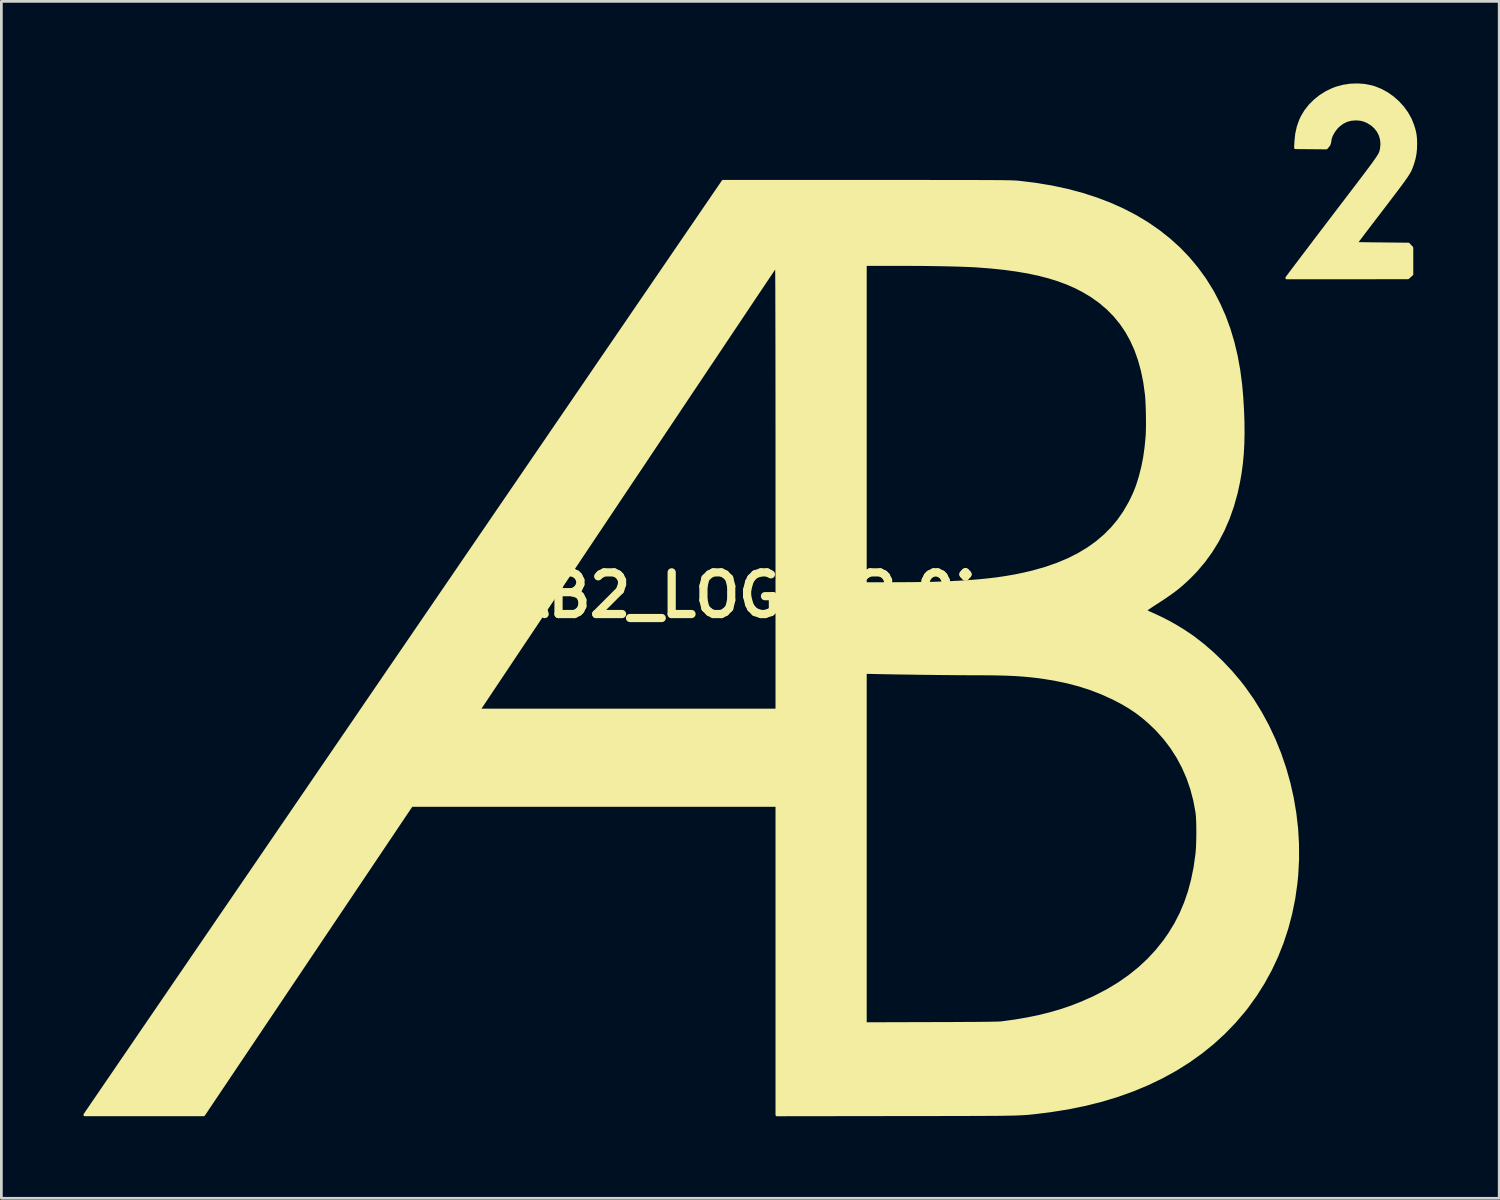
<source format=kicad_pcb>
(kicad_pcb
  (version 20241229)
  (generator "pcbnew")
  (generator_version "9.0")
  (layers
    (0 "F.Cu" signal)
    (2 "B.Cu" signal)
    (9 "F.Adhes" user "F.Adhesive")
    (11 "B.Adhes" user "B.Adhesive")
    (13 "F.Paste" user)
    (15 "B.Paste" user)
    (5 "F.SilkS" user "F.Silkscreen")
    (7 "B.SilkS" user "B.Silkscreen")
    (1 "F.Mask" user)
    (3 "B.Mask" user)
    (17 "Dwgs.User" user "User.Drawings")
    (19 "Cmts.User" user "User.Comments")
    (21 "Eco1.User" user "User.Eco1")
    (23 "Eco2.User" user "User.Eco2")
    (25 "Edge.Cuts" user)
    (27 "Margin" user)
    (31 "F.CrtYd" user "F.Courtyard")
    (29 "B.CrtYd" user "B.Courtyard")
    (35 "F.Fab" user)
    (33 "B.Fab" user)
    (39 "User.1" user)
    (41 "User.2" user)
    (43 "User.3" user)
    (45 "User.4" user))
  (footprint "AB2_LOGO_2.0in"
    (layer "F.Cu")
    (at 24.844 18.709)
    (property "Reference" "AB2_LOGO_2.0in" (at 0 0 0) (layer "F.SilkS") (effects (font (size 1.524 1.524) (thickness 0.3))))
    (attr through_hole)
    (fp_poly (pts (xy 23.864 -16.493) (xy 23.859 -16.3) (xy 23.84 -16.126) (xy 23.806 -15.958) (xy 23.755 -15.784) (xy 23.739 -15.736) (xy 23.722 -15.689) (xy 23.706 -15.645) (xy 23.69 -15.603) (xy 23.672 -15.562) (xy 23.651 -15.518) (xy 23.626 -15.472) (xy 23.596 -15.421) (xy 23.559 -15.363) (xy 23.516 -15.297) (xy 23.463 -15.222) (xy 23.401 -15.135) (xy 23.329 -15.036) (xy 23.244 -14.922) (xy 23.146 -14.791) (xy 23.034 -14.643) (xy 22.906 -14.475) (xy 22.762 -14.286) (xy 22.601 -14.075) (xy 22.42 -13.838) (xy 22.321 -13.709) (xy 22.208 -13.561) (xy 22.101 -13.421) (xy 22.002 -13.292) (xy 21.914 -13.175) (xy 21.837 -13.073) (xy 21.773 -12.988) (xy 21.724 -12.923) (xy 21.692 -12.88) (xy 21.679 -12.861) (xy 21.679 -12.86) (xy 21.696 -12.859) (xy 21.744 -12.858) (xy 21.82 -12.856) (xy 21.921 -12.855) (xy 22.043 -12.853) (xy 22.184 -12.851) (xy 22.341 -12.849) (xy 22.51 -12.847) (xy 22.64 -12.846) (xy 23.597 -12.836) (xy 23.66 -12.769) (xy 23.724 -12.701) (xy 23.724 -12.216) (xy 23.724 -11.731) (xy 23.652 -11.666) (xy 23.58 -11.601) (xy 21.364 -11.6) (xy 19.149 -11.599) (xy 19.201 -11.671) (xy 19.237 -11.719) (xy 19.291 -11.792) (xy 19.362 -11.886) (xy 19.449 -12.001) (xy 19.549 -12.134) (xy 19.661 -12.282) (xy 19.783 -12.443) (xy 19.914 -12.615) (xy 20.051 -12.796) (xy 20.192 -12.983) (xy 20.337 -13.174) (xy 20.484 -13.366) (xy 20.63 -13.558) (xy 20.774 -13.747) (xy 20.914 -13.931) (xy 21.039 -14.096) (xy 21.246 -14.366) (xy 21.432 -14.611) (xy 21.601 -14.832) (xy 21.752 -15.03) (xy 21.886 -15.207) (xy 22.005 -15.364) (xy 22.109 -15.502) (xy 22.199 -15.623) (xy 22.278 -15.729) (xy 22.344 -15.821) (xy 22.4 -15.9) (xy 22.447 -15.967) (xy 22.485 -16.025) (xy 22.516 -16.074) (xy 22.54 -16.115) (xy 22.558 -16.151) (xy 22.572 -16.183) (xy 22.582 -16.212) (xy 22.59 -16.24) (xy 22.596 -16.267) (xy 22.602 -16.296) (xy 22.607 -16.32) (xy 22.624 -16.492) (xy 22.609 -16.659) (xy 22.564 -16.817) (xy 22.49 -16.965) (xy 22.388 -17.097) (xy 22.261 -17.211) (xy 22.11 -17.305) (xy 22.106 -17.307) (xy 21.978 -17.361) (xy 21.853 -17.393) (xy 21.715 -17.406) (xy 21.665 -17.407) (xy 21.493 -17.393) (xy 21.335 -17.35) (xy 21.187 -17.276) (xy 21.048 -17.17) (xy 20.996 -17.121) (xy 20.918 -17.031) (xy 20.847 -16.927) (xy 20.789 -16.819) (xy 20.749 -16.716) (xy 20.735 -16.65) (xy 20.724 -16.572) (xy 20.712 -16.518) (xy 20.697 -16.478) (xy 20.675 -16.444) (xy 20.652 -16.415) (xy 20.596 -16.349) (xy 20.032 -16.354) (xy 19.468 -16.359) (xy 19.478 -16.574) (xy 19.506 -16.852) (xy 19.563 -17.114) (xy 19.649 -17.36) (xy 19.715 -17.499) (xy 19.841 -17.706) (xy 19.996 -17.902) (xy 20.176 -18.081) (xy 20.377 -18.241) (xy 20.594 -18.378) (xy 20.825 -18.49) (xy 20.963 -18.542) (xy 21.214 -18.61) (xy 21.473 -18.649) (xy 21.734 -18.659) (xy 21.991 -18.64) (xy 22.239 -18.592) (xy 22.354 -18.558) (xy 22.59 -18.464) (xy 22.815 -18.341) (xy 23.026 -18.192) (xy 23.22 -18.02) (xy 23.393 -17.829) (xy 23.543 -17.621) (xy 23.666 -17.4) (xy 23.755 -17.179) (xy 23.798 -17.04) (xy 23.829 -16.918) (xy 23.849 -16.8) (xy 23.86 -16.675) (xy 23.864 -16.531) (xy 23.864 -16.493)) (stroke (width 0.1) (type solid)) (fill yes) (layer "F.SilkS"))
    (fp_poly (pts (xy 19.549 9.653) (xy 19.519 10.213) (xy 19.489 10.531) (xy 19.409 11.091) (xy 19.298 11.64) (xy 19.157 12.174) (xy 18.986 12.695) (xy 18.786 13.201) (xy 18.556 13.691) (xy 18.297 14.164) (xy 18.01 14.62) (xy 17.694 15.058) (xy 17.585 15.198) (xy 17.23 15.612) (xy 16.852 16.003) (xy 16.448 16.372) (xy 16.021 16.717) (xy 15.893 16.808) (xy 15.893 8.683) (xy 15.892 8.509) (xy 15.889 8.343) (xy 15.883 8.191) (xy 15.875 8.06) (xy 15.864 7.954) (xy 15.861 7.933) (xy 15.78 7.497) (xy 15.669 7.076) (xy 15.529 6.672) (xy 15.36 6.285) (xy 15.162 5.915) (xy 14.936 5.563) (xy 14.682 5.23) (xy 14.4 4.916) (xy 14.352 4.867) (xy 14.121 4.647) (xy 13.889 4.448) (xy 13.65 4.266) (xy 13.396 4.097) (xy 13.123 3.936) (xy 12.822 3.779) (xy 12.793 3.765) (xy 12.399 3.585) (xy 11.991 3.427) (xy 11.566 3.29) (xy 11.121 3.173) (xy 10.653 3.076) (xy 10.228 3.007) (xy 10.02 2.979) (xy 9.813 2.955) (xy 9.602 2.935) (xy 9.385 2.918) (xy 9.156 2.904) (xy 8.913 2.894) (xy 8.649 2.886) (xy 8.363 2.881) (xy 8.049 2.879) (xy 7.849 2.879) (xy 7.661 2.878) (xy 7.443 2.877) (xy 7.201 2.876) (xy 6.938 2.873) (xy 6.659 2.871) (xy 6.368 2.868) (xy 6.07 2.864) (xy 5.77 2.861) (xy 5.471 2.856) (xy 5.178 2.852) (xy 4.896 2.848) (xy 4.629 2.843) (xy 4.382 2.839) (xy 4.246 2.836) (xy 3.742 2.825) (xy 3.742 9.245) (xy 3.742 15.665) (xy 6.151 15.658) (xy 6.53 15.657) (xy 6.876 15.656) (xy 7.19 15.654) (xy 7.472 15.652) (xy 7.724 15.651) (xy 7.945 15.649) (xy 8.138 15.647) (xy 8.302 15.645) (xy 8.438 15.642) (xy 8.548 15.64) (xy 8.632 15.637) (xy 8.691 15.634) (xy 8.721 15.631) (xy 9.206 15.565) (xy 9.664 15.487) (xy 10.097 15.398) (xy 10.51 15.295) (xy 10.907 15.179) (xy 11.293 15.047) (xy 11.671 14.898) (xy 12.045 14.732) (xy 12.15 14.682) (xy 12.592 14.452) (xy 13.007 14.202) (xy 13.395 13.931) (xy 13.757 13.64) (xy 14.092 13.328) (xy 14.4 12.996) (xy 14.681 12.643) (xy 14.868 12.375) (xy 15.086 12.016) (xy 15.278 11.642) (xy 15.444 11.249) (xy 15.585 10.838) (xy 15.7 10.407) (xy 15.792 9.954) (xy 15.859 9.477) (xy 15.861 9.462) (xy 15.872 9.338) (xy 15.881 9.193) (xy 15.887 9.031) (xy 15.891 8.859) (xy 15.893 8.683) (xy 15.893 16.808) (xy 15.57 17.039) (xy 15.095 17.338) (xy 14.598 17.612) (xy 14.079 17.863) (xy 13.538 18.089) (xy 12.975 18.291) (xy 12.391 18.469) (xy 11.786 18.621) (xy 11.161 18.749) (xy 10.517 18.851) (xy 10.228 18.888) (xy 10.142 18.898) (xy 10.063 18.908) (xy 9.989 18.917) (xy 9.92 18.925) (xy 9.853 18.932) (xy 9.787 18.939) (xy 9.721 18.945) (xy 9.653 18.951) (xy 9.582 18.956) (xy 9.507 18.961) (xy 9.427 18.965) (xy 9.339 18.969) (xy 9.242 18.973) (xy 9.135 18.976) (xy 9.018 18.978) (xy 8.887 18.981) (xy 8.742 18.983) (xy 8.582 18.985) (xy 8.404 18.986) (xy 8.209 18.987) (xy 7.993 18.988) (xy 7.757 18.989) (xy 7.498 18.99) (xy 7.214 18.991) (xy 6.906 18.991) (xy 6.571 18.992) (xy 6.208 18.993) (xy 5.815 18.993) (xy 5.391 18.994) (xy 4.935 18.994) (xy 4.881 18.994) (xy 0.508 19) (xy 0.508 13.344) (xy 0.508 7.688) (xy 0.508 4.199) (xy 0.508 -3.94) (xy 0.508 -4.484) (xy 0.508 -5.016) (xy 0.508 -5.536) (xy 0.508 -6.044) (xy 0.507 -6.538) (xy 0.507 -7.018) (xy 0.507 -7.481) (xy 0.506 -7.928) (xy 0.506 -8.358) (xy 0.505 -8.769) (xy 0.505 -9.16) (xy 0.504 -9.531) (xy 0.503 -9.881) (xy 0.503 -10.209) (xy 0.502 -10.513) (xy 0.501 -10.793) (xy 0.501 -11.047) (xy 0.5 -11.276) (xy 0.499 -11.478) (xy 0.498 -11.651) (xy 0.497 -11.795) (xy 0.496 -11.91) (xy 0.495 -11.994) (xy 0.494 -12.045) (xy 0.493 -12.064) (xy 0.493 -12.064) (xy 0.483 -12.049) (xy 0.454 -12.007) (xy 0.408 -11.938) (xy 0.346 -11.846) (xy 0.268 -11.729) (xy 0.174 -11.59) (xy 0.067 -11.43) (xy -0.054 -11.249) (xy -0.188 -11.049) (xy -0.334 -10.832) (xy -0.491 -10.597) (xy -0.658 -10.347) (xy -0.835 -10.082) (xy -1.021 -9.804) (xy -1.216 -9.514) (xy -1.418 -9.212) (xy -1.626 -8.9) (xy -1.84 -8.58) (xy -2.06 -8.252) (xy -2.154 -8.111) (xy -2.408 -7.73) (xy -2.68 -7.325) (xy -2.966 -6.897) (xy -3.264 -6.45) (xy -3.574 -5.988) (xy -3.892 -5.512) (xy -4.216 -5.027) (xy -4.545 -4.535) (xy -4.877 -4.039) (xy -5.209 -3.543) (xy -5.539 -3.049) (xy -5.865 -2.561) (xy -6.186 -2.081) (xy -6.499 -1.613) (xy -6.802 -1.159) (xy -7.094 -0.724) (xy -7.371 -0.309) (xy -7.555 -0.034) (xy -7.783 0.306) (xy -8.005 0.639) (xy -8.223 0.964) (xy -8.434 1.28) (xy -8.638 1.585) (xy -8.834 1.878) (xy -9.022 2.159) (xy -9.2 2.426) (xy -9.369 2.679) (xy -9.527 2.915) (xy -9.673 3.134) (xy -9.808 3.335) (xy -9.929 3.517) (xy -10.037 3.678) (xy -10.13 3.818) (xy -10.208 3.935) (xy -10.271 4.028) (xy -10.316 4.096) (xy -10.344 4.138) (xy -10.354 4.153) (xy -10.384 4.199) (xy -4.938 4.199) (xy 0.508 4.199) (xy 0.508 7.688) (xy -6.171 7.688) (xy -12.85 7.688) (xy -15.099 11.037) (xy -15.329 11.379) (xy -15.567 11.734) (xy -15.812 12.099) (xy -16.063 12.471) (xy -16.316 12.849) (xy -16.572 13.229) (xy -16.827 13.609) (xy -17.079 13.985) (xy -17.329 14.356) (xy -17.572 14.719) (xy -17.808 15.07) (xy -18.035 15.408) (xy -18.252 15.73) (xy -18.455 16.033) (xy -18.644 16.315) (xy -18.817 16.572) (xy -18.898 16.692) (xy -20.447 18.998) (xy -22.621 18.999) (xy -24.794 18.999) (xy -24.764 18.953) (xy -24.752 18.936) (xy -24.722 18.892) (xy -24.674 18.821) (xy -24.608 18.725) (xy -24.525 18.603) (xy -24.425 18.456) (xy -24.308 18.286) (xy -24.176 18.092) (xy -24.028 17.875) (xy -23.865 17.637) (xy -23.687 17.377) (xy -23.495 17.096) (xy -23.29 16.796) (xy -23.071 16.476) (xy -22.84 16.137) (xy -22.596 15.78) (xy -22.34 15.406) (xy -22.073 15.015) (xy -21.795 14.609) (xy -21.507 14.186) (xy -21.208 13.75) (xy -20.9 13.299) (xy -20.582 12.834) (xy -20.256 12.357) (xy -19.922 11.868) (xy -19.579 11.367) (xy -19.23 10.856) (xy -18.873 10.335) (xy -18.51 9.804) (xy -18.141 9.264) (xy -17.767 8.716) (xy -17.387 8.161) (xy -17.003 7.599) (xy -16.615 7.031) (xy -16.223 6.457) (xy -15.827 5.879) (xy -15.429 5.297) (xy -15.028 4.711) (xy -14.626 4.122) (xy -14.222 3.531) (xy -13.817 2.938) (xy -13.411 2.345) (xy -13.005 1.752) (xy -12.6 1.159) (xy -12.195 0.567) (xy -11.792 -0.023) (xy -11.39 -0.61) (xy -10.991 -1.195) (xy -10.594 -1.775) (xy -10.2 -2.351) (xy -9.81 -2.922) (xy -9.423 -3.488) (xy -9.041 -4.046) (xy -8.664 -4.598) (xy -8.292 -5.142) (xy -7.926 -5.677) (xy -7.566 -6.204) (xy -7.213 -6.72) (xy -6.867 -7.226) (xy -6.528 -7.721) (xy -6.198 -8.205) (xy -5.876 -8.676) (xy -5.563 -9.133) (xy -5.259 -9.577) (xy -4.965 -10.007) (xy -4.682 -10.422) (xy -4.409 -10.821) (xy -4.147 -11.203) (xy -3.897 -11.569) (xy -3.659 -11.917) (xy -3.434 -12.246) (xy -3.222 -12.557) (xy -3.023 -12.848) (xy -2.838 -13.118) (xy -2.667 -13.368) (xy -2.655 -13.386) (xy -1.462 -15.13) (xy 3.795 -15.13) (xy 4.297 -15.13) (xy 4.767 -15.13) (xy 5.205 -15.13) (xy 5.612 -15.13) (xy 5.991 -15.13) (xy 6.342 -15.129) (xy 6.665 -15.129) (xy 6.963 -15.129) (xy 7.237 -15.129) (xy 7.487 -15.128) (xy 7.715 -15.128) (xy 7.923 -15.127) (xy 8.11 -15.126) (xy 8.279 -15.126) (xy 8.43 -15.125) (xy 8.565 -15.124) (xy 8.685 -15.123) (xy 8.791 -15.121) (xy 8.884 -15.12) (xy 8.966 -15.119) (xy 9.037 -15.117) (xy 9.099 -15.115) (xy 9.153 -15.113) (xy 9.2 -15.111) (xy 9.241 -15.109) (xy 9.278 -15.106) (xy 9.311 -15.104) (xy 9.343 -15.101) (xy 9.356 -15.1) (xy 9.965 -15.026) (xy 10.554 -14.928) (xy 11.122 -14.806) (xy 11.669 -14.661) (xy 12.193 -14.491) (xy 12.696 -14.299) (xy 13.176 -14.083) (xy 13.632 -13.845) (xy 14.066 -13.583) (xy 14.475 -13.3) (xy 14.86 -12.994) (xy 15.221 -12.667) (xy 15.556 -12.317) (xy 15.866 -11.946) (xy 16.151 -11.554) (xy 16.408 -11.141) (xy 16.461 -11.049) (xy 16.679 -10.626) (xy 16.873 -10.185) (xy 17.041 -9.727) (xy 17.184 -9.248) (xy 17.303 -8.75) (xy 17.398 -8.229) (xy 17.469 -7.686) (xy 17.508 -7.239) (xy 17.536 -6.777) (xy 17.552 -6.343) (xy 17.556 -5.933) (xy 17.548 -5.546) (xy 17.528 -5.175) (xy 17.495 -4.82) (xy 17.449 -4.474) (xy 17.39 -4.137) (xy 17.318 -3.802) (xy 17.297 -3.715) (xy 17.167 -3.251) (xy 17.01 -2.806) (xy 16.826 -2.382) (xy 16.616 -1.978) (xy 16.38 -1.596) (xy 16.118 -1.235) (xy 15.831 -0.896) (xy 15.598 -0.656) (xy 15.462 -0.527) (xy 15.331 -0.409) (xy 15.2 -0.297) (xy 15.062 -0.188) (xy 14.914 -0.078) (xy 14.75 0.036) (xy 14.565 0.16) (xy 14.394 0.271) (xy 14.3 0.331) (xy 14.212 0.389) (xy 14.135 0.441) (xy 14.074 0.482) (xy 14.052 0.498) (xy 14.052 -6.255) (xy 14.051 -6.434) (xy 14.049 -6.619) (xy 14.044 -6.802) (xy 14.038 -6.977) (xy 14.03 -7.136) (xy 14.02 -7.273) (xy 14.013 -7.349) (xy 13.952 -7.791) (xy 13.867 -8.208) (xy 13.759 -8.601) (xy 13.628 -8.971) (xy 13.472 -9.317) (xy 13.293 -9.641) (xy 13.088 -9.943) (xy 12.859 -10.222) (xy 12.605 -10.481) (xy 12.325 -10.719) (xy 12.02 -10.937) (xy 11.709 -11.123) (xy 11.423 -11.27) (xy 11.119 -11.403) (xy 10.795 -11.523) (xy 10.45 -11.63) (xy 10.083 -11.726) (xy 9.691 -11.809) (xy 9.273 -11.88) (xy 8.828 -11.941) (xy 8.354 -11.991) (xy 7.849 -12.03) (xy 7.84 -12.031) (xy 7.642 -12.042) (xy 7.411 -12.052) (xy 7.151 -12.061) (xy 6.862 -12.069) (xy 6.548 -12.076) (xy 6.21 -12.081) (xy 5.849 -12.086) (xy 5.469 -12.088) (xy 5.07 -12.09) (xy 4.881 -12.09) (xy 3.742 -12.09) (xy 3.742 -6.257) (xy 3.742 -0.423) (xy 4.729 -0.423) (xy 4.93 -0.424) (xy 5.139 -0.425) (xy 5.35 -0.426) (xy 5.557 -0.428) (xy 5.754 -0.431) (xy 5.936 -0.433) (xy 6.097 -0.436) (xy 6.231 -0.439) (xy 6.265 -0.44) (xy 6.716 -0.456) (xy 7.136 -0.477) (xy 7.529 -0.501) (xy 7.897 -0.531) (xy 8.244 -0.566) (xy 8.574 -0.606) (xy 8.888 -0.653) (xy 9.191 -0.705) (xy 9.485 -0.765) (xy 9.773 -0.831) (xy 9.877 -0.857) (xy 10.332 -0.986) (xy 10.759 -1.134) (xy 11.159 -1.302) (xy 11.532 -1.49) (xy 11.879 -1.698) (xy 12.199 -1.926) (xy 12.492 -2.175) (xy 12.76 -2.444) (xy 13.002 -2.734) (xy 13.219 -3.045) (xy 13.41 -3.378) (xy 13.462 -3.48) (xy 13.54 -3.643) (xy 13.605 -3.792) (xy 13.663 -3.938) (xy 13.716 -4.092) (xy 13.769 -4.264) (xy 13.792 -4.343) (xy 13.879 -4.682) (xy 13.949 -5.035) (xy 14.001 -5.408) (xy 14.039 -5.806) (xy 14.04 -5.817) (xy 14.046 -5.939) (xy 14.05 -6.087) (xy 14.052 -6.255) (xy 14.052 0.498) (xy 14.036 0.51) (xy 14.032 0.512) (xy 13.966 0.565) (xy 14.049 0.607) (xy 14.095 0.629) (xy 14.164 0.661) (xy 14.247 0.699) (xy 14.335 0.738) (xy 14.352 0.746) (xy 14.6 0.862) (xy 14.862 0.999) (xy 15.128 1.15) (xy 15.389 1.311) (xy 15.636 1.476) (xy 15.738 1.548) (xy 16.093 1.824) (xy 16.444 2.128) (xy 16.784 2.455) (xy 17.11 2.8) (xy 17.414 3.159) (xy 17.585 3.378) (xy 17.9 3.825) (xy 18.189 4.292) (xy 18.452 4.777) (xy 18.688 5.28) (xy 18.897 5.796) (xy 19.078 6.326) (xy 19.231 6.866) (xy 19.354 7.414) (xy 19.448 7.969) (xy 19.513 8.529) (xy 19.546 9.09) (xy 19.549 9.653)) (stroke (width 0.1) (type solid)) (fill yes) (layer "F.SilkS")))
  (gr_rect
    (start -3 -3)
    (end 51.759 40.759)
    (stroke (width 0.1) (type default))
    (fill no)
    (layer "Edge.Cuts")))
</source>
